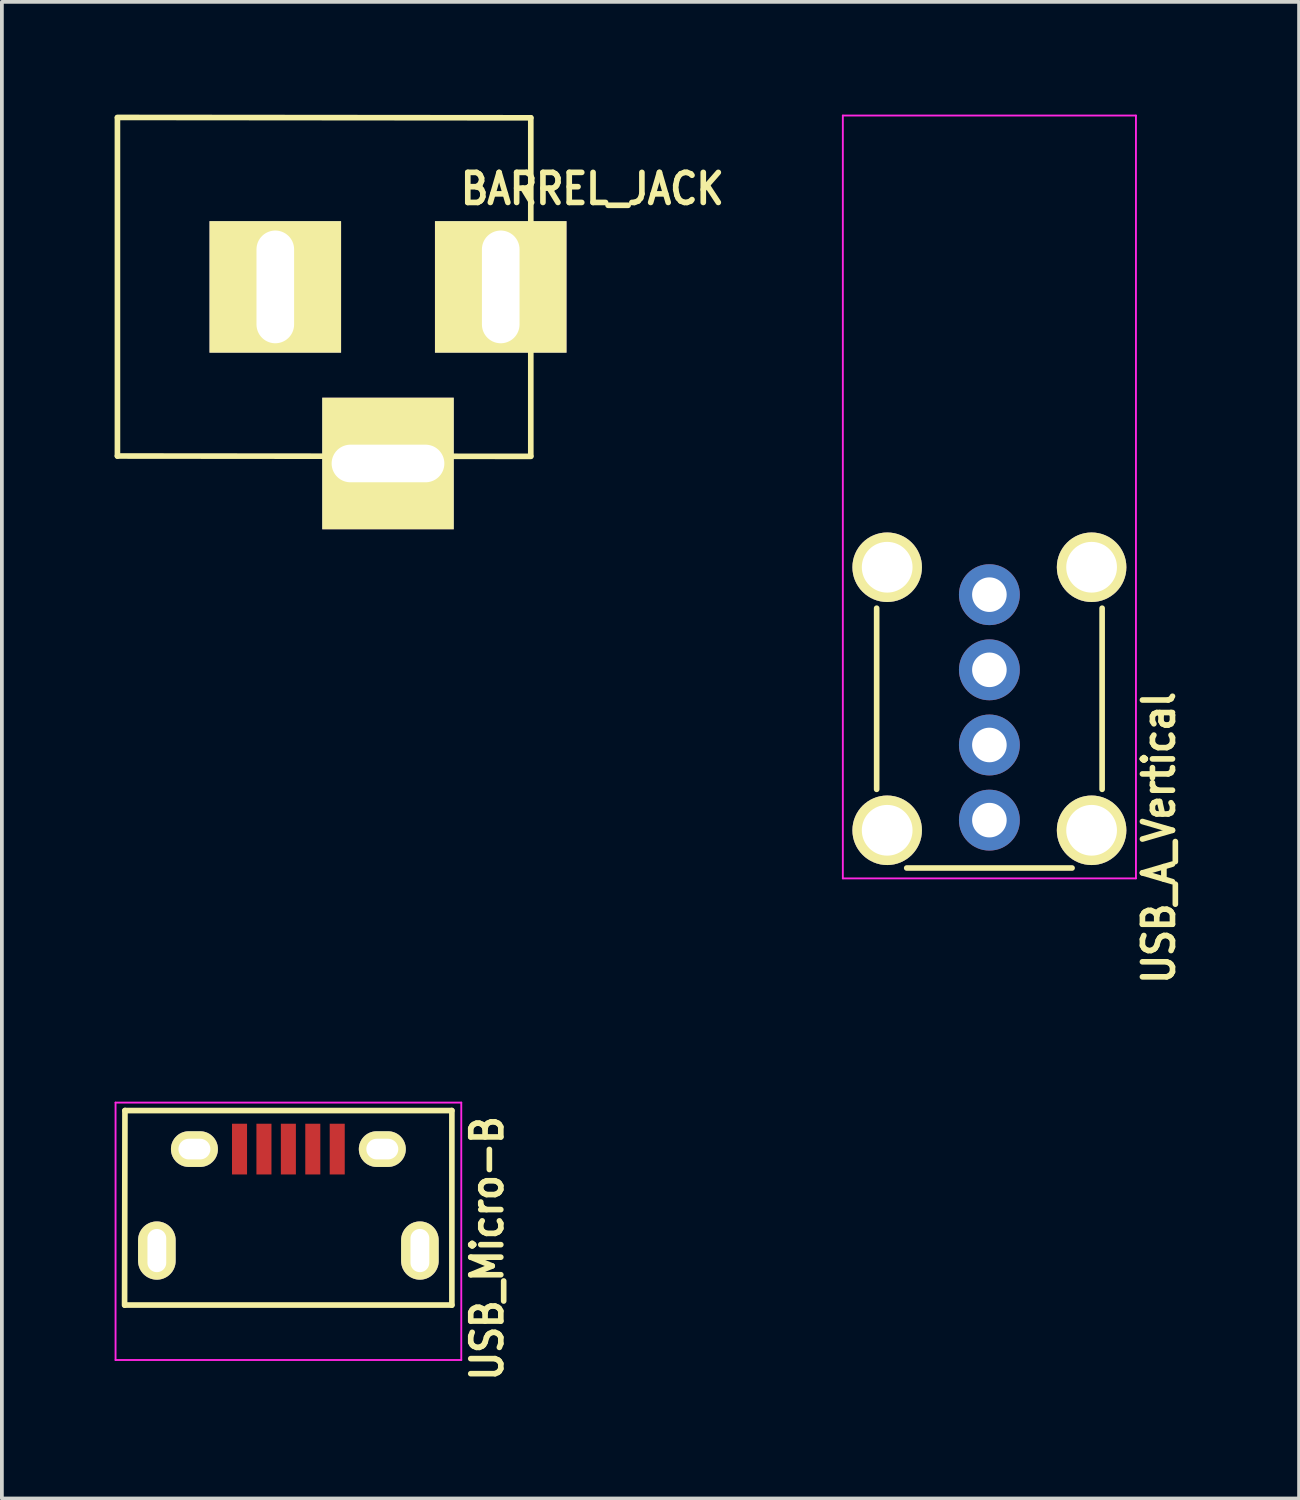
<source format=kicad_pcb>
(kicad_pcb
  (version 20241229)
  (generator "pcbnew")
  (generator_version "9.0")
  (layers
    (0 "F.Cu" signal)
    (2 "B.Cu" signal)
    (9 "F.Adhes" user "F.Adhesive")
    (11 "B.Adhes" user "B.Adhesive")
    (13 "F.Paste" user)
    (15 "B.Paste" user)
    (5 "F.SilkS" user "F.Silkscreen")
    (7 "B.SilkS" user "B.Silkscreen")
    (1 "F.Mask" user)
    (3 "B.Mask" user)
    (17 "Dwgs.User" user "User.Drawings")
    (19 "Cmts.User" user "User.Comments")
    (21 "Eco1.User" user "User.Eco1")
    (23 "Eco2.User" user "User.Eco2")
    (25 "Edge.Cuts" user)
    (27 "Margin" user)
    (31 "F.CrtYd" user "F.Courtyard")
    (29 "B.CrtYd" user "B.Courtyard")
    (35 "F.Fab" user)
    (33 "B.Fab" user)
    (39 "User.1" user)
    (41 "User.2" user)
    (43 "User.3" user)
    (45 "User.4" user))
  (footprint "BARREL_JACK"
    (layer "F.Cu")
    (at 4.075 4.585)
    (property "Reference" "BARREL_JACK" (at 8.64 -2.61 0) (layer "F.SilkS") (effects (font (size 0.8 0.7) (thickness 0.15))))
    (attr through_hole)
    (fp_line (start -4 -4.501) (end -4 4.501) (stroke (width 0.15) (type solid)) (layer "F.SilkS"))
    (fp_line (start -4 -4.51) (end 7 -4.5) (stroke (width 0.15) (type solid)) (layer "F.SilkS"))
    (fp_line (start 7 4.51) (end -4 4.5) (stroke (width 0.15) (type solid)) (layer "F.SilkS"))
    (fp_line (start 7 4.501) (end 7 -4.501) (stroke (width 0.15) (type solid)) (layer "F.SilkS"))
    (pad "1" thru_hole rect (at 6.2 0) (size 3.5 3.5) (drill oval 1.001 3) (layers "*.Cu" "*.Mask" "F.SilkS"))
    (pad "2" thru_hole rect (at 0.201 0) (size 3.5 3.5) (drill oval 1.001 3) (layers "*.Cu" "*.Mask" "F.SilkS"))
    (pad "3" thru_hole rect (at 3.2 4.699) (size 3.5 3.5) (drill oval 3 1.001) (layers "*.Cu" "*.Mask" "F.SilkS")))
  (footprint "USB_Micro-B"
    (layer "F.Cu")
    (at 4.625 29.092)
    (property "Reference" "USB_Micro-B" (at 5.29 1.08 270) (layer "F.SilkS") (effects (font (size 0.8 0.7) (thickness 0.15))))
    (attr smd)
    (fp_line (start -4.36 2.59) (end -4.35 -2.59) (stroke (width 0.15) (type solid)) (layer "F.SilkS"))
    (fp_line (start -4.351 -2.588) (end 4.349 -2.588) (stroke (width 0.15) (type solid)) (layer "F.SilkS"))
    (fp_line (start 4.349 2.587) (end -4.351 2.587) (stroke (width 0.15) (type solid)) (layer "F.SilkS"))
    (fp_line (start 4.35 2.59) (end 4.35 -2.59) (stroke (width 0.15) (type solid)) (layer "F.SilkS"))
    (fp_line (start -4.6 -2.8) (end 4.6 -2.8) (stroke (width 0.05) (type solid)) (layer "F.CrtYd"))
    (fp_line (start -4.6 4.05) (end -4.6 -2.8) (stroke (width 0.05) (type solid)) (layer "F.CrtYd"))
    (fp_line (start 4.6 -2.8) (end 4.6 4.05) (stroke (width 0.05) (type solid)) (layer "F.CrtYd"))
    (fp_line (start 4.6 4.05) (end -4.6 4.05) (stroke (width 0.05) (type solid)) (layer "F.CrtYd"))
    (pad "1" smd rect (at -1.301 -1.563 90) (size 1.35 0.4) (layers "F.Cu" "F.Mask" "F.Paste"))
    (pad "2" smd rect (at -0.651 -1.563 90) (size 1.35 0.4) (layers "F.Cu" "F.Mask" "F.Paste"))
    (pad "3" smd rect (at -0.001 -1.563 90) (size 1.35 0.4) (layers "F.Cu" "F.Mask" "F.Paste"))
    (pad "4" smd rect (at 0.649 -1.563 90) (size 1.35 0.4) (layers "F.Cu" "F.Mask" "F.Paste"))
    (pad "5" smd rect (at 1.299 -1.563 90) (size 1.35 0.4) (layers "F.Cu" "F.Mask" "F.Paste"))
    (pad "6" thru_hole oval (at -3.501 1.137 90) (size 1.55 1) (drill oval 1.15 0.5) (layers "*.Cu" "*.Mask" "F.SilkS"))
    (pad "6" thru_hole oval (at -2.501 -1.563 90) (size 0.95 1.25) (drill oval 0.55 0.85) (layers "*.Cu" "*.Mask" "F.SilkS"))
    (pad "6" thru_hole oval (at 2.499 -1.563 90) (size 0.95 1.25) (drill oval 0.55 0.85) (layers "*.Cu" "*.Mask" "F.SilkS"))
    (pad "6" thru_hole oval (at 3.499 1.137 90) (size 1.55 1) (drill oval 1.15 0.5) (layers "*.Cu" "*.Mask" "F.SilkS")))
  (footprint "USB_A_Vertical"
    (layer "F.Cu")
    (at 23.279 12.775)
    (property "Reference" "USB_A_Vertical" (at 4.51 6.47 90) (layer "F.SilkS") (effects (font (size 0.8 0.7) (thickness 0.15))))
    (attr through_hole)
    (fp_line (start -3 0.36) (end -3 5.18) (stroke (width 0.15) (type solid)) (layer "F.SilkS"))
    (fp_line (start 2.2 7.274) (end -2.2 7.274) (stroke (width 0.15) (type solid)) (layer "F.SilkS"))
    (fp_line (start 3 0.36) (end 3 5.18) (stroke (width 0.15) (type solid)) (layer "F.SilkS"))
    (fp_line (start -3.9 -12.75) (end 3.9 -12.75) (stroke (width 0.05) (type solid)) (layer "F.CrtYd"))
    (fp_line (start -3.9 7.55) (end -3.9 -12.75) (stroke (width 0.05) (type solid)) (layer "F.CrtYd"))
    (fp_line (start 3.9 -12.75) (end 3.9 7.55) (stroke (width 0.05) (type solid)) (layer "F.CrtYd"))
    (fp_line (start 3.9 7.55) (end -3.9 7.55) (stroke (width 0.05) (type solid)) (layer "F.CrtYd"))
    (pad "1" thru_hole circle (at 0 0) (size 1.62 1.62) (drill 0.92) (layers "*.Cu" "*.Mask"))
    (pad "2" thru_hole circle (at 0 2) (size 1.62 1.62) (drill 0.92) (layers "*.Cu" "*.Mask"))
    (pad "3" thru_hole circle (at 0 4) (size 1.62 1.62) (drill 0.92) (layers "*.Cu" "*.Mask"))
    (pad "4" thru_hole circle (at 0 6) (size 1.62 1.62) (drill 0.92) (layers "*.Cu" "*.Mask"))
    (pad "5" thru_hole circle (at -2.72 -0.73) (size 1.85 1.85) (drill 1.35) (layers "*.Cu" "*.Mask" "F.SilkS"))
    (pad "5" thru_hole circle (at -2.72 6.27) (size 1.85 1.85) (drill 1.35) (layers "*.Cu" "*.Mask" "F.SilkS"))
    (pad "5" thru_hole circle (at 2.72 -0.73) (size 1.85 1.85) (drill 1.35) (layers "*.Cu" "*.Mask" "F.SilkS"))
    (pad "5" thru_hole circle (at 2.72 6.27) (size 1.85 1.85) (drill 1.35) (layers "*.Cu" "*.Mask" "F.SilkS")))
  (gr_rect
    (start -3 -3)
    (end 31.52 36.827)
    (stroke (width 0.1) (type default))
    (fill no)
    (layer "Edge.Cuts")))
</source>
